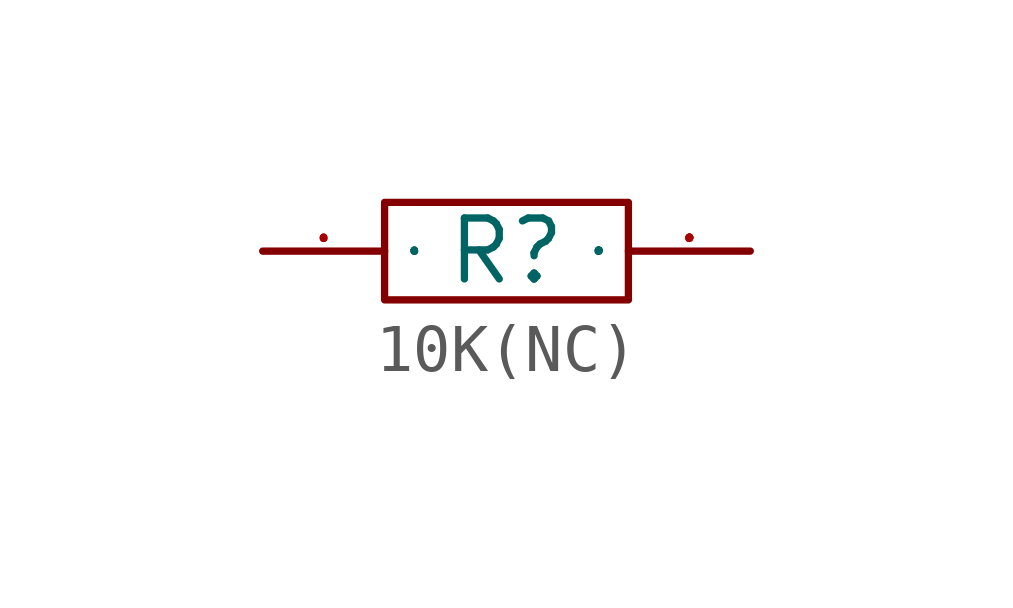
<source format=kicad_sym>
(kicad_symbol_lib
  (version 20231120)
  (generator "kicad_symbol_editor")
  (generator_version "8.0")
  (symbol "10K(NC)"
    (property "Reference" "R"
      (at 0 0 0)
      (effects (font (size 1.27 1.27))))
    (property "Value" ""
      (at 0 0 0)
      (effects (font (size 1.27 1.27))))
    (symbol "10K(NC)_1_0"
      (rectangle (start -2.54 -1.016) (end 2.54 1.016) (stroke (width 0) (type default)) (fill (type none)))
      (pin input line (at -5.08 0 0) (length 2.54) (name "1" (effects (font (size 0.025 0.025)))) (number "1" (effects (font (size 0.025 0.025)))))
      (pin input line (at 5.08 0 180) (length 2.54) (name "2" (effects (font (size 0.025 0.025)))) (number "2" (effects (font (size 0.025 0.025))))))))
</source>
